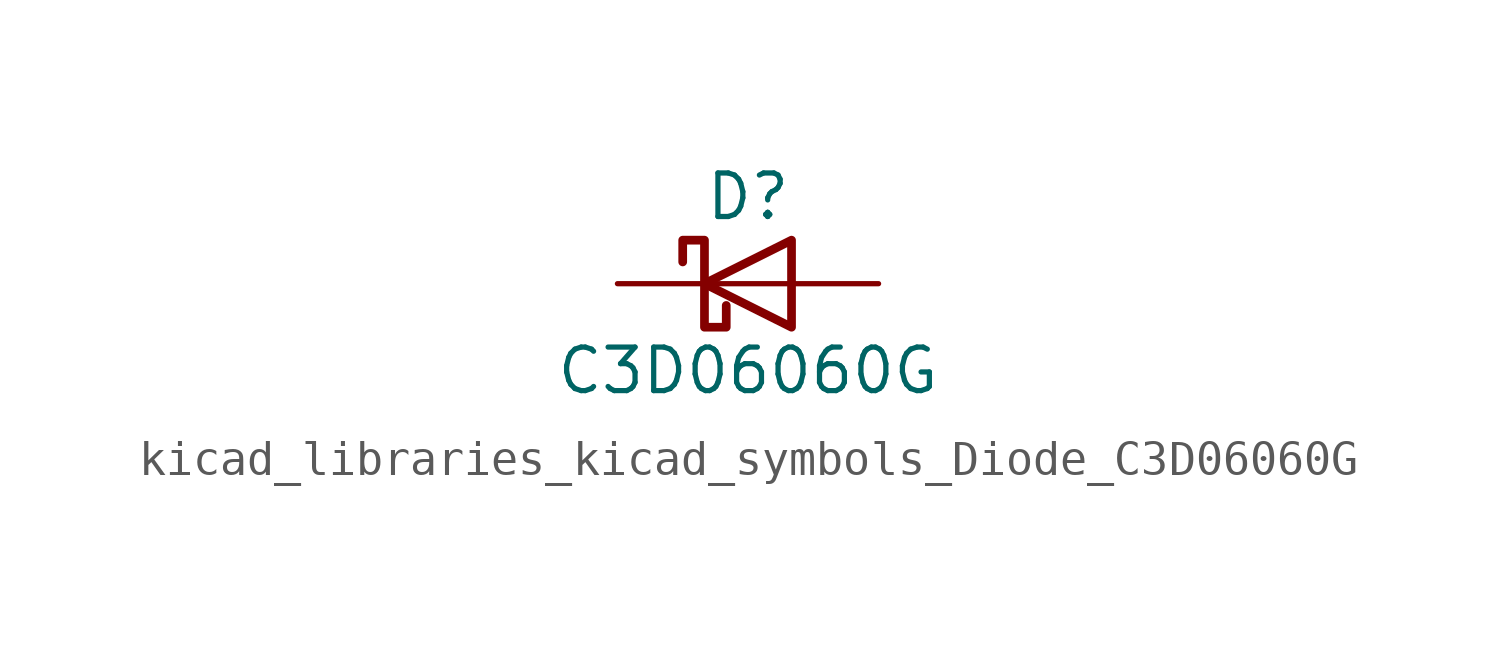
<source format=kicad_sym>
(kicad_symbol_lib
  (version 20220914)
  (generator kicad_symbol_editor)
  (symbol "kicad_libraries_kicad_symbols_Diode_C3D06060G"
    (pin_numbers hide)
    (pin_names
      (offset 1.016) hide)
    (property "Reference" "D"
      (at 0 2.54 0)
      (effects (font (size 1.27 1.27))))
    (property "Value" "C3D06060G"
      (at 0 -2.54 0)
      (effects (font (size 1.27 1.27))))
    (symbol "kicad_libraries_kicad_symbols_Diode_C3D06060G_0_1"
      (polyline (pts (xy 1.27 0) (xy -1.27 0)) (stroke (width 0) (type default)) (fill (type none)))
      (polyline (pts (xy 1.27 1.27) (xy 1.27 -1.27) (xy -1.27 0) (xy 1.27 1.27)) (stroke (width 0.254) (type default)) (fill (type none)))
      (polyline (pts (xy -1.905 0.635) (xy -1.905 1.27) (xy -1.27 1.27) (xy -1.27 -1.27) (xy -0.635 -1.27) (xy -0.635 -0.635)) (stroke (width 0.254) (type default)) (fill (type none))))
    (symbol "kicad_libraries_kicad_symbols_Diode_C3D06060G_1_1"
      (pin passive line (at -3.81 0 0) (length 2.54) (name "K" (effects (font (size 1.27 1.27)))) (number "1" (effects (font (size 1.27 1.27)))))
      (pin passive line (at 3.81 0 180) (length 2.54) (name "A" (effects (font (size 1.27 1.27)))) (number "2" (effects (font (size 1.27 1.27))))))))
</source>
